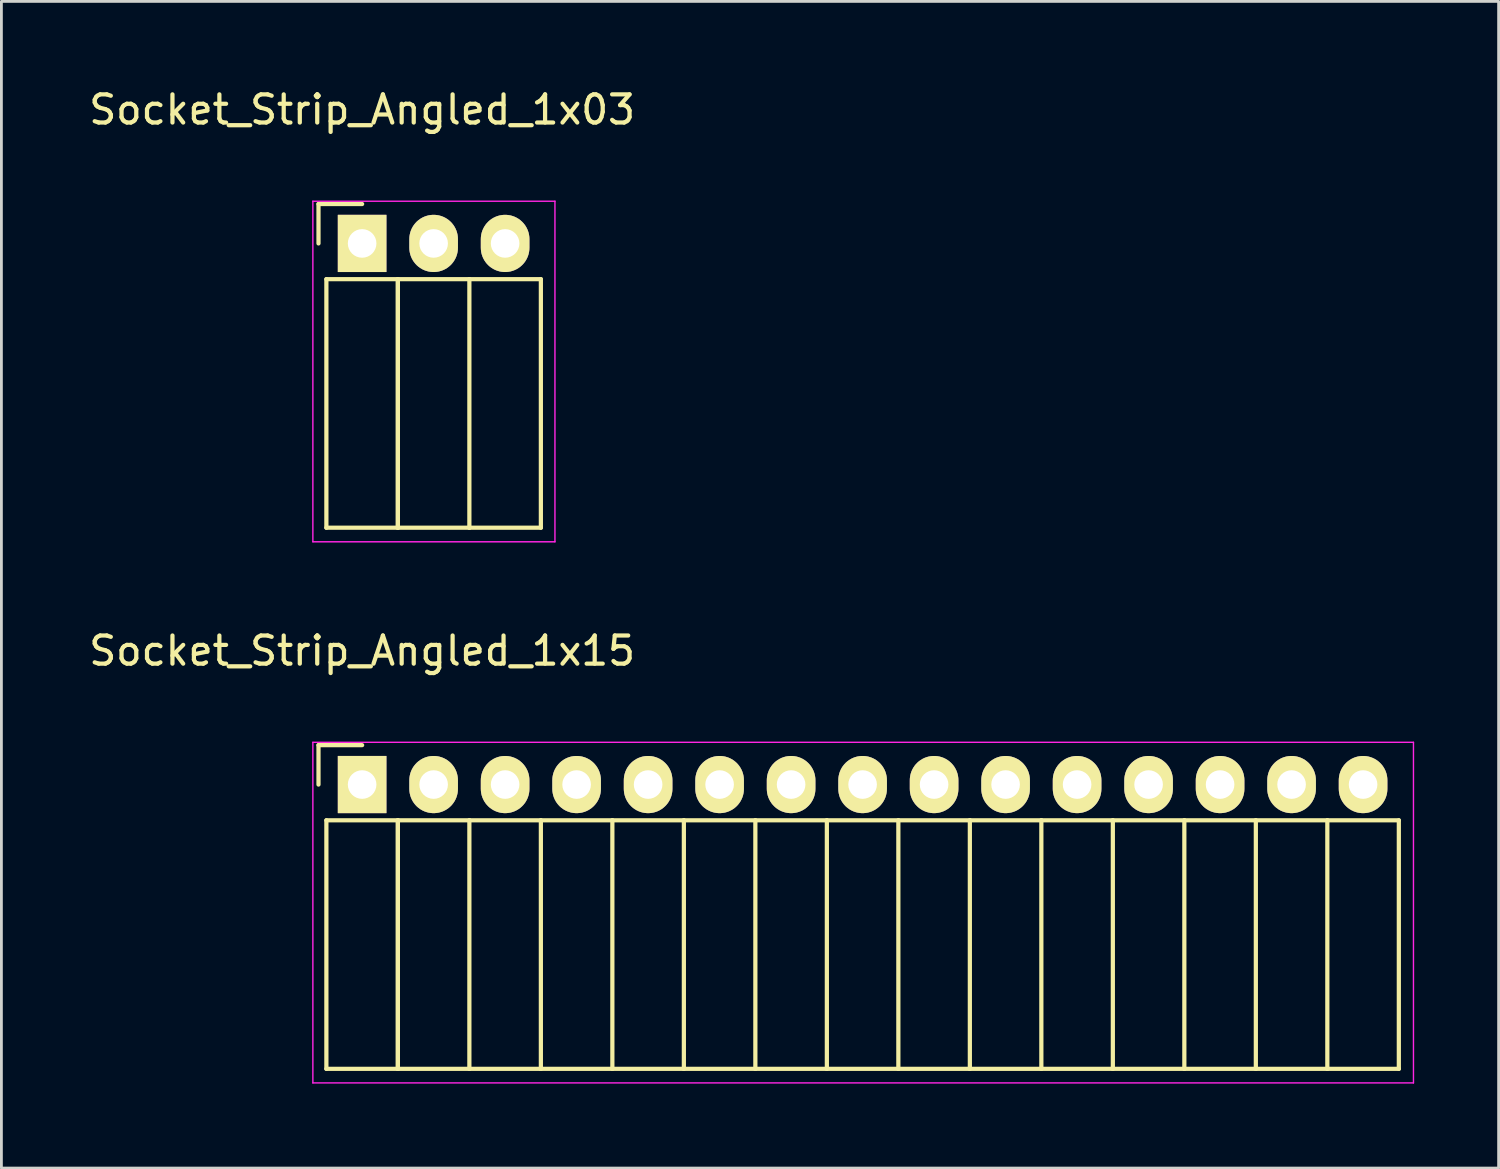
<source format=kicad_pcb>
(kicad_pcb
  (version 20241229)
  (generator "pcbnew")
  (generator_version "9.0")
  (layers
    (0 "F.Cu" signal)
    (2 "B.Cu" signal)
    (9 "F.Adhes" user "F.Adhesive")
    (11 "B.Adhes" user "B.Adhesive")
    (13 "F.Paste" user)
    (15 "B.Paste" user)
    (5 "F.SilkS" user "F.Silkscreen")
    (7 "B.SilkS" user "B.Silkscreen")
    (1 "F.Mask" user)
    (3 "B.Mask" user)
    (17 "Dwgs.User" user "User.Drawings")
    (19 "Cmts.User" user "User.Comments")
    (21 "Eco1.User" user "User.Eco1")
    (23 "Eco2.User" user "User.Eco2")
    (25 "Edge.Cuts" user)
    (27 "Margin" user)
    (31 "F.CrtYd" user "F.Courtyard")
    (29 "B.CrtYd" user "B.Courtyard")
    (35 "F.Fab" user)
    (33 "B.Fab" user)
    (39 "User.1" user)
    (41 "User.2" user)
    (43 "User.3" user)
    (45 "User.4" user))
  (footprint "Socket_Strip_Angled_1x15"
    (layer "F.Cu")
    (at 9.815 24.822)
    (property "Reference" "Socket_Strip_Angled_1x15" (at 0 -4.75 0) (layer "F.SilkS") (effects (font (size 1 1) (thickness 0.15))))
    (attr through_hole)
    (fp_line (start -1.55 -1.4) (end -1.55 0) (stroke (width 0.15) (type solid)) (layer "F.SilkS"))
    (fp_line (start -1.27 1.27) (end -1.27 10.1) (stroke (width 0.15) (type solid)) (layer "F.SilkS"))
    (fp_line (start -1.27 1.27) (end 1.27 1.27) (stroke (width 0.15) (type solid)) (layer "F.SilkS"))
    (fp_line (start -1.27 10.1) (end 1.27 10.1) (stroke (width 0.15) (type solid)) (layer "F.SilkS"))
    (fp_line (start 0 -1.4) (end -1.55 -1.4) (stroke (width 0.15) (type solid)) (layer "F.SilkS"))
    (fp_line (start 1.27 1.27) (end 1.27 10.1) (stroke (width 0.15) (type solid)) (layer "F.SilkS"))
    (fp_line (start 1.27 1.27) (end 3.81 1.27) (stroke (width 0.15) (type solid)) (layer "F.SilkS"))
    (fp_line (start 1.27 10.1) (end 1.27 1.27) (stroke (width 0.15) (type solid)) (layer "F.SilkS"))
    (fp_line (start 1.27 10.1) (end 3.81 10.1) (stroke (width 0.15) (type solid)) (layer "F.SilkS"))
    (fp_line (start 3.81 1.27) (end 6.35 1.27) (stroke (width 0.15) (type solid)) (layer "F.SilkS"))
    (fp_line (start 3.81 10.1) (end 3.81 1.27) (stroke (width 0.15) (type solid)) (layer "F.SilkS"))
    (fp_line (start 3.81 10.1) (end 6.35 10.1) (stroke (width 0.15) (type solid)) (layer "F.SilkS"))
    (fp_line (start 6.35 1.27) (end 8.89 1.27) (stroke (width 0.15) (type solid)) (layer "F.SilkS"))
    (fp_line (start 6.35 10.1) (end 6.35 1.27) (stroke (width 0.15) (type solid)) (layer "F.SilkS"))
    (fp_line (start 6.35 10.1) (end 8.89 10.1) (stroke (width 0.15) (type solid)) (layer "F.SilkS"))
    (fp_line (start 8.89 1.27) (end 11.43 1.27) (stroke (width 0.15) (type solid)) (layer "F.SilkS"))
    (fp_line (start 8.89 10.1) (end 8.89 1.27) (stroke (width 0.15) (type solid)) (layer "F.SilkS"))
    (fp_line (start 8.89 10.1) (end 11.43 10.1) (stroke (width 0.15) (type solid)) (layer "F.SilkS"))
    (fp_line (start 11.43 1.27) (end 13.97 1.27) (stroke (width 0.15) (type solid)) (layer "F.SilkS"))
    (fp_line (start 11.43 10.1) (end 11.43 1.27) (stroke (width 0.15) (type solid)) (layer "F.SilkS"))
    (fp_line (start 11.43 10.1) (end 13.97 10.1) (stroke (width 0.15) (type solid)) (layer "F.SilkS"))
    (fp_line (start 13.97 1.27) (end 16.51 1.27) (stroke (width 0.15) (type solid)) (layer "F.SilkS"))
    (fp_line (start 13.97 10.1) (end 13.97 1.27) (stroke (width 0.15) (type solid)) (layer "F.SilkS"))
    (fp_line (start 13.97 10.1) (end 16.51 10.1) (stroke (width 0.15) (type solid)) (layer "F.SilkS"))
    (fp_line (start 16.51 1.27) (end 19.05 1.27) (stroke (width 0.15) (type solid)) (layer "F.SilkS"))
    (fp_line (start 16.51 10.1) (end 16.51 1.27) (stroke (width 0.15) (type solid)) (layer "F.SilkS"))
    (fp_line (start 16.51 10.1) (end 19.05 10.1) (stroke (width 0.15) (type solid)) (layer "F.SilkS"))
    (fp_line (start 19.05 1.27) (end 21.59 1.27) (stroke (width 0.15) (type solid)) (layer "F.SilkS"))
    (fp_line (start 19.05 10.1) (end 19.05 1.27) (stroke (width 0.15) (type solid)) (layer "F.SilkS"))
    (fp_line (start 19.05 10.1) (end 21.59 10.1) (stroke (width 0.15) (type solid)) (layer "F.SilkS"))
    (fp_line (start 21.59 1.27) (end 24.13 1.27) (stroke (width 0.15) (type solid)) (layer "F.SilkS"))
    (fp_line (start 21.59 10.1) (end 21.59 1.27) (stroke (width 0.15) (type solid)) (layer "F.SilkS"))
    (fp_line (start 21.59 10.1) (end 24.13 10.1) (stroke (width 0.15) (type solid)) (layer "F.SilkS"))
    (fp_line (start 24.13 1.27) (end 26.67 1.27) (stroke (width 0.15) (type solid)) (layer "F.SilkS"))
    (fp_line (start 24.13 10.1) (end 24.13 1.27) (stroke (width 0.15) (type solid)) (layer "F.SilkS"))
    (fp_line (start 24.13 10.1) (end 26.67 10.1) (stroke (width 0.15) (type solid)) (layer "F.SilkS"))
    (fp_line (start 26.67 1.27) (end 29.21 1.27) (stroke (width 0.15) (type solid)) (layer "F.SilkS"))
    (fp_line (start 26.67 10.1) (end 26.67 1.27) (stroke (width 0.15) (type solid)) (layer "F.SilkS"))
    (fp_line (start 26.67 10.1) (end 29.21 10.1) (stroke (width 0.15) (type solid)) (layer "F.SilkS"))
    (fp_line (start 29.21 1.27) (end 31.75 1.27) (stroke (width 0.15) (type solid)) (layer "F.SilkS"))
    (fp_line (start 29.21 10.1) (end 29.21 1.27) (stroke (width 0.15) (type solid)) (layer "F.SilkS"))
    (fp_line (start 29.21 10.1) (end 31.75 10.1) (stroke (width 0.15) (type solid)) (layer "F.SilkS"))
    (fp_line (start 31.75 1.27) (end 34.29 1.27) (stroke (width 0.15) (type solid)) (layer "F.SilkS"))
    (fp_line (start 31.75 10.1) (end 31.75 1.27) (stroke (width 0.15) (type solid)) (layer "F.SilkS"))
    (fp_line (start 31.75 10.1) (end 34.29 10.1) (stroke (width 0.15) (type solid)) (layer "F.SilkS"))
    (fp_line (start 34.29 1.27) (end 36.83 1.27) (stroke (width 0.15) (type solid)) (layer "F.SilkS"))
    (fp_line (start 34.29 10.1) (end 34.29 1.27) (stroke (width 0.15) (type solid)) (layer "F.SilkS"))
    (fp_line (start 34.29 10.1) (end 36.83 10.1) (stroke (width 0.15) (type solid)) (layer "F.SilkS"))
    (fp_line (start 36.83 10.1) (end 36.83 1.27) (stroke (width 0.15) (type solid)) (layer "F.SilkS"))
    (fp_line (start -1.75 -1.5) (end -1.75 10.6) (stroke (width 0.05) (type solid)) (layer "F.CrtYd"))
    (fp_line (start -1.75 -1.5) (end 37.35 -1.5) (stroke (width 0.05) (type solid)) (layer "F.CrtYd"))
    (fp_line (start -1.75 10.6) (end 37.35 10.6) (stroke (width 0.05) (type solid)) (layer "F.CrtYd"))
    (fp_line (start 37.35 -1.5) (end 37.35 10.6) (stroke (width 0.05) (type solid)) (layer "F.CrtYd"))
    (pad "1" thru_hole rect (at 0 0) (size 1.727 2.032) (drill 1.016) (layers "*.Cu" "*.Mask" "F.SilkS"))
    (pad "2" thru_hole oval (at 2.54 0) (size 1.727 2.032) (drill 1.016) (layers "*.Cu" "*.Mask" "F.SilkS"))
    (pad "3" thru_hole oval (at 5.08 0) (size 1.727 2.032) (drill 1.016) (layers "*.Cu" "*.Mask" "F.SilkS"))
    (pad "4" thru_hole oval (at 7.62 0) (size 1.727 2.032) (drill 1.016) (layers "*.Cu" "*.Mask" "F.SilkS"))
    (pad "5" thru_hole oval (at 10.16 0) (size 1.727 2.032) (drill 1.016) (layers "*.Cu" "*.Mask" "F.SilkS"))
    (pad "6" thru_hole oval (at 12.7 0) (size 1.727 2.032) (drill 1.016) (layers "*.Cu" "*.Mask" "F.SilkS"))
    (pad "7" thru_hole oval (at 15.24 0) (size 1.727 2.032) (drill 1.016) (layers "*.Cu" "*.Mask" "F.SilkS"))
    (pad "8" thru_hole oval (at 17.78 0) (size 1.727 2.032) (drill 1.016) (layers "*.Cu" "*.Mask" "F.SilkS"))
    (pad "9" thru_hole oval (at 20.32 0) (size 1.727 2.032) (drill 1.016) (layers "*.Cu" "*.Mask" "F.SilkS"))
    (pad "10" thru_hole oval (at 22.86 0) (size 1.727 2.032) (drill 1.016) (layers "*.Cu" "*.Mask" "F.SilkS"))
    (pad "11" thru_hole oval (at 25.4 0) (size 1.727 2.032) (drill 1.016) (layers "*.Cu" "*.Mask" "F.SilkS"))
    (pad "12" thru_hole oval (at 27.94 0) (size 1.727 2.032) (drill 1.016) (layers "*.Cu" "*.Mask" "F.SilkS"))
    (pad "13" thru_hole oval (at 30.48 0) (size 1.727 2.032) (drill 1.016) (layers "*.Cu" "*.Mask" "F.SilkS"))
    (pad "14" thru_hole oval (at 33.02 0) (size 1.727 2.032) (drill 1.016) (layers "*.Cu" "*.Mask" "F.SilkS"))
    (pad "15" thru_hole oval (at 35.56 0) (size 1.727 2.032) (drill 1.016) (layers "*.Cu" "*.Mask" "F.SilkS")))
  (footprint "Socket_Strip_Angled_1x03"
    (layer "F.Cu")
    (at 9.815 5.598)
    (property "Reference" "Socket_Strip_Angled_1x03" (at 0 -4.75 0) (layer "F.SilkS") (effects (font (size 1 1) (thickness 0.15))))
    (attr through_hole)
    (fp_line (start -1.55 -1.4) (end -1.55 0) (stroke (width 0.15) (type solid)) (layer "F.SilkS"))
    (fp_line (start -1.27 1.27) (end -1.27 10.1) (stroke (width 0.15) (type solid)) (layer "F.SilkS"))
    (fp_line (start -1.27 1.27) (end 1.27 1.27) (stroke (width 0.15) (type solid)) (layer "F.SilkS"))
    (fp_line (start -1.27 10.1) (end 1.27 10.1) (stroke (width 0.15) (type solid)) (layer "F.SilkS"))
    (fp_line (start 0 -1.4) (end -1.55 -1.4) (stroke (width 0.15) (type solid)) (layer "F.SilkS"))
    (fp_line (start 1.27 1.27) (end 1.27 10.1) (stroke (width 0.15) (type solid)) (layer "F.SilkS"))
    (fp_line (start 1.27 1.27) (end 3.81 1.27) (stroke (width 0.15) (type solid)) (layer "F.SilkS"))
    (fp_line (start 1.27 10.1) (end 1.27 1.27) (stroke (width 0.15) (type solid)) (layer "F.SilkS"))
    (fp_line (start 1.27 10.1) (end 3.81 10.1) (stroke (width 0.15) (type solid)) (layer "F.SilkS"))
    (fp_line (start 3.81 1.27) (end 6.35 1.27) (stroke (width 0.15) (type solid)) (layer "F.SilkS"))
    (fp_line (start 3.81 10.1) (end 3.81 1.27) (stroke (width 0.15) (type solid)) (layer "F.SilkS"))
    (fp_line (start 3.81 10.1) (end 6.35 10.1) (stroke (width 0.15) (type solid)) (layer "F.SilkS"))
    (fp_line (start 6.35 10.1) (end 6.35 1.27) (stroke (width 0.15) (type solid)) (layer "F.SilkS"))
    (fp_line (start -1.75 -1.5) (end -1.75 10.6) (stroke (width 0.05) (type solid)) (layer "F.CrtYd"))
    (fp_line (start -1.75 -1.5) (end 6.85 -1.5) (stroke (width 0.05) (type solid)) (layer "F.CrtYd"))
    (fp_line (start -1.75 10.6) (end 6.85 10.6) (stroke (width 0.05) (type solid)) (layer "F.CrtYd"))
    (fp_line (start 6.85 -1.5) (end 6.85 10.6) (stroke (width 0.05) (type solid)) (layer "F.CrtYd"))
    (pad "1" thru_hole rect (at 0 0) (size 1.727 2.032) (drill 1.016) (layers "*.Cu" "*.Mask" "F.SilkS"))
    (pad "2" thru_hole oval (at 2.54 0) (size 1.727 2.032) (drill 1.016) (layers "*.Cu" "*.Mask" "F.SilkS"))
    (pad "3" thru_hole oval (at 5.08 0) (size 1.727 2.032) (drill 1.016) (layers "*.Cu" "*.Mask" "F.SilkS")))
  (gr_rect
    (start -3 -3)
    (end 50.19 38.447)
    (stroke (width 0.1) (type default))
    (fill no)
    (layer "Edge.Cuts")))
</source>
